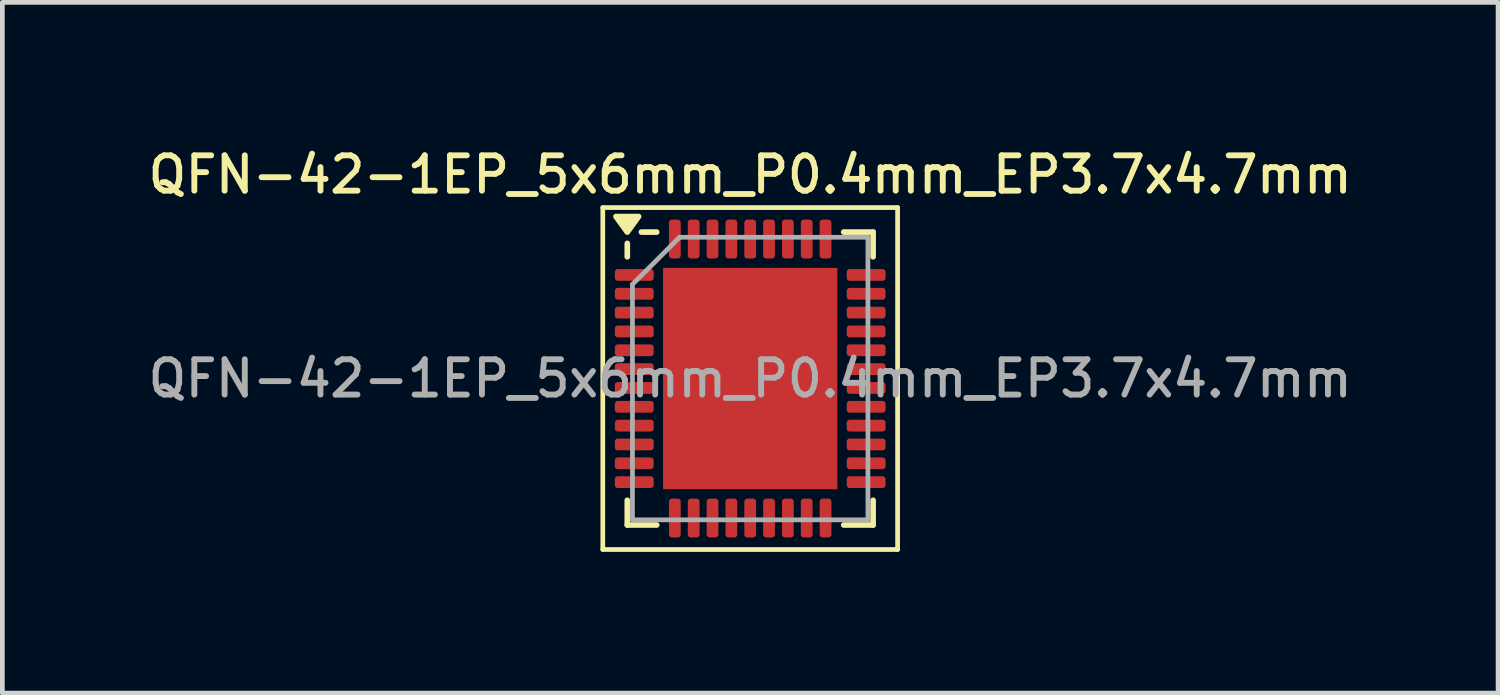
<source format=kicad_pcb>
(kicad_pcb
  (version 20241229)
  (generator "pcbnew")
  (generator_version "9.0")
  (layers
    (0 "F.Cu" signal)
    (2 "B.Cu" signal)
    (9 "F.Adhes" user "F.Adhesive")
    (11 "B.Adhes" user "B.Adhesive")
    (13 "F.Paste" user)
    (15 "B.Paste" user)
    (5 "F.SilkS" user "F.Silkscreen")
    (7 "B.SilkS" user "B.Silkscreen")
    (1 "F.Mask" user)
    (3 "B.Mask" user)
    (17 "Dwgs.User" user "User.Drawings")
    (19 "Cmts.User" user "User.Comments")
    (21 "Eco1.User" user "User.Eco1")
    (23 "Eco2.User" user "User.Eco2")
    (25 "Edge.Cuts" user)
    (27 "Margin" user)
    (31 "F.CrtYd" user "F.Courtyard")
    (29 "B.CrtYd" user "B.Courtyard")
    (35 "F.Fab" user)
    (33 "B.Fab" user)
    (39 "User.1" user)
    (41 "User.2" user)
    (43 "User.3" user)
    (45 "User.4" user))
  (footprint "QFN-42-1EP_5x6mm_P0.4mm_EP3.7x4.7mm"
    (layer "F.Cu")
    (at 12.88 4.988)
    (property "Reference" "QFN-42-1EP_5x6mm_P0.4mm_EP3.7x4.7mm" (at 0 -4.33 0) (layer "F.SilkS") (effects (font (size 0.75 0.75) (thickness 0.125))))
    (attr smd)
    (fp_line (start -3.13 -3.63) (end -3.13 3.63) (stroke (width 0.1) (type solid)) (layer "F.SilkS"))
    (fp_line (start -3.13 3.63) (end 3.13 3.63) (stroke (width 0.1) (type solid)) (layer "F.SilkS"))
    (fp_line (start -2.61 -2.585) (end -2.61 -2.87) (stroke (width 0.12) (type solid)) (layer "F.SilkS"))
    (fp_line (start -2.61 3.11) (end -2.61 2.585) (stroke (width 0.12) (type solid)) (layer "F.SilkS"))
    (fp_line (start -1.985 -3.11) (end -2.31 -3.11) (stroke (width 0.12) (type solid)) (layer "F.SilkS"))
    (fp_line (start -1.985 3.11) (end -2.61 3.11) (stroke (width 0.12) (type solid)) (layer "F.SilkS"))
    (fp_line (start 1.985 -3.11) (end 2.61 -3.11) (stroke (width 0.12) (type solid)) (layer "F.SilkS"))
    (fp_line (start 1.985 3.11) (end 2.61 3.11) (stroke (width 0.12) (type solid)) (layer "F.SilkS"))
    (fp_line (start 2.61 -3.11) (end 2.61 -2.585) (stroke (width 0.12) (type solid)) (layer "F.SilkS"))
    (fp_line (start 2.61 3.11) (end 2.61 2.585) (stroke (width 0.12) (type solid)) (layer "F.SilkS"))
    (fp_line (start 3.13 -3.63) (end -3.13 -3.63) (stroke (width 0.1) (type solid)) (layer "F.SilkS"))
    (fp_line (start 3.13 3.63) (end 3.13 -3.63) (stroke (width 0.1) (type solid)) (layer "F.SilkS"))
    (fp_poly (pts (xy -2.61 -3.11) (xy -2.85 -3.44) (xy -2.37 -3.44) (xy -2.61 -3.11)) (stroke (width 0.12) (type solid)) (fill yes) (layer "F.SilkS"))
    (fp_line (start -2.5 -2) (end -1.5 -3) (stroke (width 0.1) (type solid)) (layer "F.Fab"))
    (fp_line (start -2.5 3) (end -2.5 -2) (stroke (width 0.1) (type solid)) (layer "F.Fab"))
    (fp_line (start -1.5 -3) (end 2.5 -3) (stroke (width 0.1) (type solid)) (layer "F.Fab"))
    (fp_line (start 2.5 -3) (end 2.5 3) (stroke (width 0.1) (type solid)) (layer "F.Fab"))
    (fp_line (start 2.5 3) (end -2.5 3) (stroke (width 0.1) (type solid)) (layer "F.Fab"))
    (fp_text user "${REFERENCE}" (at 0 0 0) (layer "F.Fab") (effects (font (size 0.75 0.75) (thickness 0.125))))
    (pad "" smd roundrect (at -1.23 -1.77) (size 0.99 0.95) (layers "F.Paste") (roundrect_rratio 0.25))
    (pad "" smd roundrect (at -1.23 -0.59) (size 0.99 0.95) (layers "F.Paste") (roundrect_rratio 0.25))
    (pad "" smd roundrect (at -1.23 0.59) (size 0.99 0.95) (layers "F.Paste") (roundrect_rratio 0.25))
    (pad "" smd roundrect (at -1.23 1.77) (size 0.99 0.95) (layers "F.Paste") (roundrect_rratio 0.25))
    (pad "" smd roundrect (at 0 -1.77) (size 0.99 0.95) (layers "F.Paste") (roundrect_rratio 0.25))
    (pad "" smd roundrect (at 0 -0.59) (size 0.99 0.95) (layers "F.Paste") (roundrect_rratio 0.25))
    (pad "" smd roundrect (at 0 0.59) (size 0.99 0.95) (layers "F.Paste") (roundrect_rratio 0.25))
    (pad "" smd roundrect (at 0 1.77) (size 0.99 0.95) (layers "F.Paste") (roundrect_rratio 0.25))
    (pad "" smd roundrect (at 1.23 -1.77) (size 0.99 0.95) (layers "F.Paste") (roundrect_rratio 0.25))
    (pad "" smd roundrect (at 1.23 -0.59) (size 0.99 0.95) (layers "F.Paste") (roundrect_rratio 0.25))
    (pad "" smd roundrect (at 1.23 0.59) (size 0.99 0.95) (layers "F.Paste") (roundrect_rratio 0.25))
    (pad "" smd roundrect (at 1.23 1.77) (size 0.99 0.95) (layers "F.Paste") (roundrect_rratio 0.25))
    (pad "1" smd roundrect (at -2.462 -2.2) (size 0.825 0.25) (layers "F.Cu" "F.Mask" "F.Paste") (roundrect_rratio 0.25))
    (pad "2" smd roundrect (at -2.462 -1.8) (size 0.825 0.25) (layers "F.Cu" "F.Mask" "F.Paste") (roundrect_rratio 0.25))
    (pad "3" smd roundrect (at -2.462 -1.4) (size 0.825 0.25) (layers "F.Cu" "F.Mask" "F.Paste") (roundrect_rratio 0.25))
    (pad "4" smd roundrect (at -2.462 -1) (size 0.825 0.25) (layers "F.Cu" "F.Mask" "F.Paste") (roundrect_rratio 0.25))
    (pad "5" smd roundrect (at -2.462 -0.6) (size 0.825 0.25) (layers "F.Cu" "F.Mask" "F.Paste") (roundrect_rratio 0.25))
    (pad "6" smd roundrect (at -2.462 -0.2) (size 0.825 0.25) (layers "F.Cu" "F.Mask" "F.Paste") (roundrect_rratio 0.25))
    (pad "7" smd roundrect (at -2.462 0.2) (size 0.825 0.25) (layers "F.Cu" "F.Mask" "F.Paste") (roundrect_rratio 0.25))
    (pad "8" smd roundrect (at -2.462 0.6) (size 0.825 0.25) (layers "F.Cu" "F.Mask" "F.Paste") (roundrect_rratio 0.25))
    (pad "9" smd roundrect (at -2.462 1) (size 0.825 0.25) (layers "F.Cu" "F.Mask" "F.Paste") (roundrect_rratio 0.25))
    (pad "10" smd roundrect (at -2.462 1.4) (size 0.825 0.25) (layers "F.Cu" "F.Mask" "F.Paste") (roundrect_rratio 0.25))
    (pad "11" smd roundrect (at -2.462 1.8) (size 0.825 0.25) (layers "F.Cu" "F.Mask" "F.Paste") (roundrect_rratio 0.25))
    (pad "12" smd roundrect (at -2.462 2.2) (size 0.825 0.25) (layers "F.Cu" "F.Mask" "F.Paste") (roundrect_rratio 0.25))
    (pad "13" smd roundrect (at -1.6 2.962) (size 0.25 0.825) (layers "F.Cu" "F.Mask" "F.Paste") (roundrect_rratio 0.25))
    (pad "14" smd roundrect (at -1.2 2.962) (size 0.25 0.825) (layers "F.Cu" "F.Mask" "F.Paste") (roundrect_rratio 0.25))
    (pad "15" smd roundrect (at -0.8 2.962) (size 0.25 0.825) (layers "F.Cu" "F.Mask" "F.Paste") (roundrect_rratio 0.25))
    (pad "16" smd roundrect (at -0.4 2.962) (size 0.25 0.825) (layers "F.Cu" "F.Mask" "F.Paste") (roundrect_rratio 0.25))
    (pad "17" smd roundrect (at 0 2.962) (size 0.25 0.825) (layers "F.Cu" "F.Mask" "F.Paste") (roundrect_rratio 0.25))
    (pad "18" smd roundrect (at 0.4 2.962) (size 0.25 0.825) (layers "F.Cu" "F.Mask" "F.Paste") (roundrect_rratio 0.25))
    (pad "19" smd roundrect (at 0.8 2.962) (size 0.25 0.825) (layers "F.Cu" "F.Mask" "F.Paste") (roundrect_rratio 0.25))
    (pad "20" smd roundrect (at 1.2 2.962) (size 0.25 0.825) (layers "F.Cu" "F.Mask" "F.Paste") (roundrect_rratio 0.25))
    (pad "21" smd roundrect (at 1.6 2.962) (size 0.25 0.825) (layers "F.Cu" "F.Mask" "F.Paste") (roundrect_rratio 0.25))
    (pad "22" smd roundrect (at 2.462 2.2) (size 0.825 0.25) (layers "F.Cu" "F.Mask" "F.Paste") (roundrect_rratio 0.25))
    (pad "23" smd roundrect (at 2.462 1.8) (size 0.825 0.25) (layers "F.Cu" "F.Mask" "F.Paste") (roundrect_rratio 0.25))
    (pad "24" smd roundrect (at 2.462 1.4) (size 0.825 0.25) (layers "F.Cu" "F.Mask" "F.Paste") (roundrect_rratio 0.25))
    (pad "25" smd roundrect (at 2.462 1) (size 0.825 0.25) (layers "F.Cu" "F.Mask" "F.Paste") (roundrect_rratio 0.25))
    (pad "26" smd roundrect (at 2.462 0.6) (size 0.825 0.25) (layers "F.Cu" "F.Mask" "F.Paste") (roundrect_rratio 0.25))
    (pad "27" smd roundrect (at 2.462 0.2) (size 0.825 0.25) (layers "F.Cu" "F.Mask" "F.Paste") (roundrect_rratio 0.25))
    (pad "28" smd roundrect (at 2.462 -0.2) (size 0.825 0.25) (layers "F.Cu" "F.Mask" "F.Paste") (roundrect_rratio 0.25))
    (pad "29" smd roundrect (at 2.462 -0.6) (size 0.825 0.25) (layers "F.Cu" "F.Mask" "F.Paste") (roundrect_rratio 0.25))
    (pad "30" smd roundrect (at 2.462 -1) (size 0.825 0.25) (layers "F.Cu" "F.Mask" "F.Paste") (roundrect_rratio 0.25))
    (pad "31" smd roundrect (at 2.462 -1.4) (size 0.825 0.25) (layers "F.Cu" "F.Mask" "F.Paste") (roundrect_rratio 0.25))
    (pad "32" smd roundrect (at 2.462 -1.8) (size 0.825 0.25) (layers "F.Cu" "F.Mask" "F.Paste") (roundrect_rratio 0.25))
    (pad "33" smd roundrect (at 2.462 -2.2) (size 0.825 0.25) (layers "F.Cu" "F.Mask" "F.Paste") (roundrect_rratio 0.25))
    (pad "34" smd roundrect (at 1.6 -2.962) (size 0.25 0.825) (layers "F.Cu" "F.Mask" "F.Paste") (roundrect_rratio 0.25))
    (pad "35" smd roundrect (at 1.2 -2.962) (size 0.25 0.825) (layers "F.Cu" "F.Mask" "F.Paste") (roundrect_rratio 0.25))
    (pad "36" smd roundrect (at 0.8 -2.962) (size 0.25 0.825) (layers "F.Cu" "F.Mask" "F.Paste") (roundrect_rratio 0.25))
    (pad "37" smd roundrect (at 0.4 -2.962) (size 0.25 0.825) (layers "F.Cu" "F.Mask" "F.Paste") (roundrect_rratio 0.25))
    (pad "38" smd roundrect (at 0 -2.962) (size 0.25 0.825) (layers "F.Cu" "F.Mask" "F.Paste") (roundrect_rratio 0.25))
    (pad "39" smd roundrect (at -0.4 -2.962) (size 0.25 0.825) (layers "F.Cu" "F.Mask" "F.Paste") (roundrect_rratio 0.25))
    (pad "40" smd roundrect (at -0.8 -2.962) (size 0.25 0.825) (layers "F.Cu" "F.Mask" "F.Paste") (roundrect_rratio 0.25))
    (pad "41" smd roundrect (at -1.2 -2.962) (size 0.25 0.825) (layers "F.Cu" "F.Mask" "F.Paste") (roundrect_rratio 0.25))
    (pad "42" smd roundrect (at -1.6 -2.962) (size 0.25 0.825) (layers "F.Cu" "F.Mask" "F.Paste") (roundrect_rratio 0.25))
    (pad "43" smd rect (at 0 0) (size 3.7 4.7) (property pad_prop_heatsink) (layers "F.Cu" "F.Mask")))
  (gr_rect
    (start -3 -3)
    (end 28.761 11.668)
    (stroke (width 0.1) (type default))
    (fill no)
    (layer "Edge.Cuts")))
</source>
